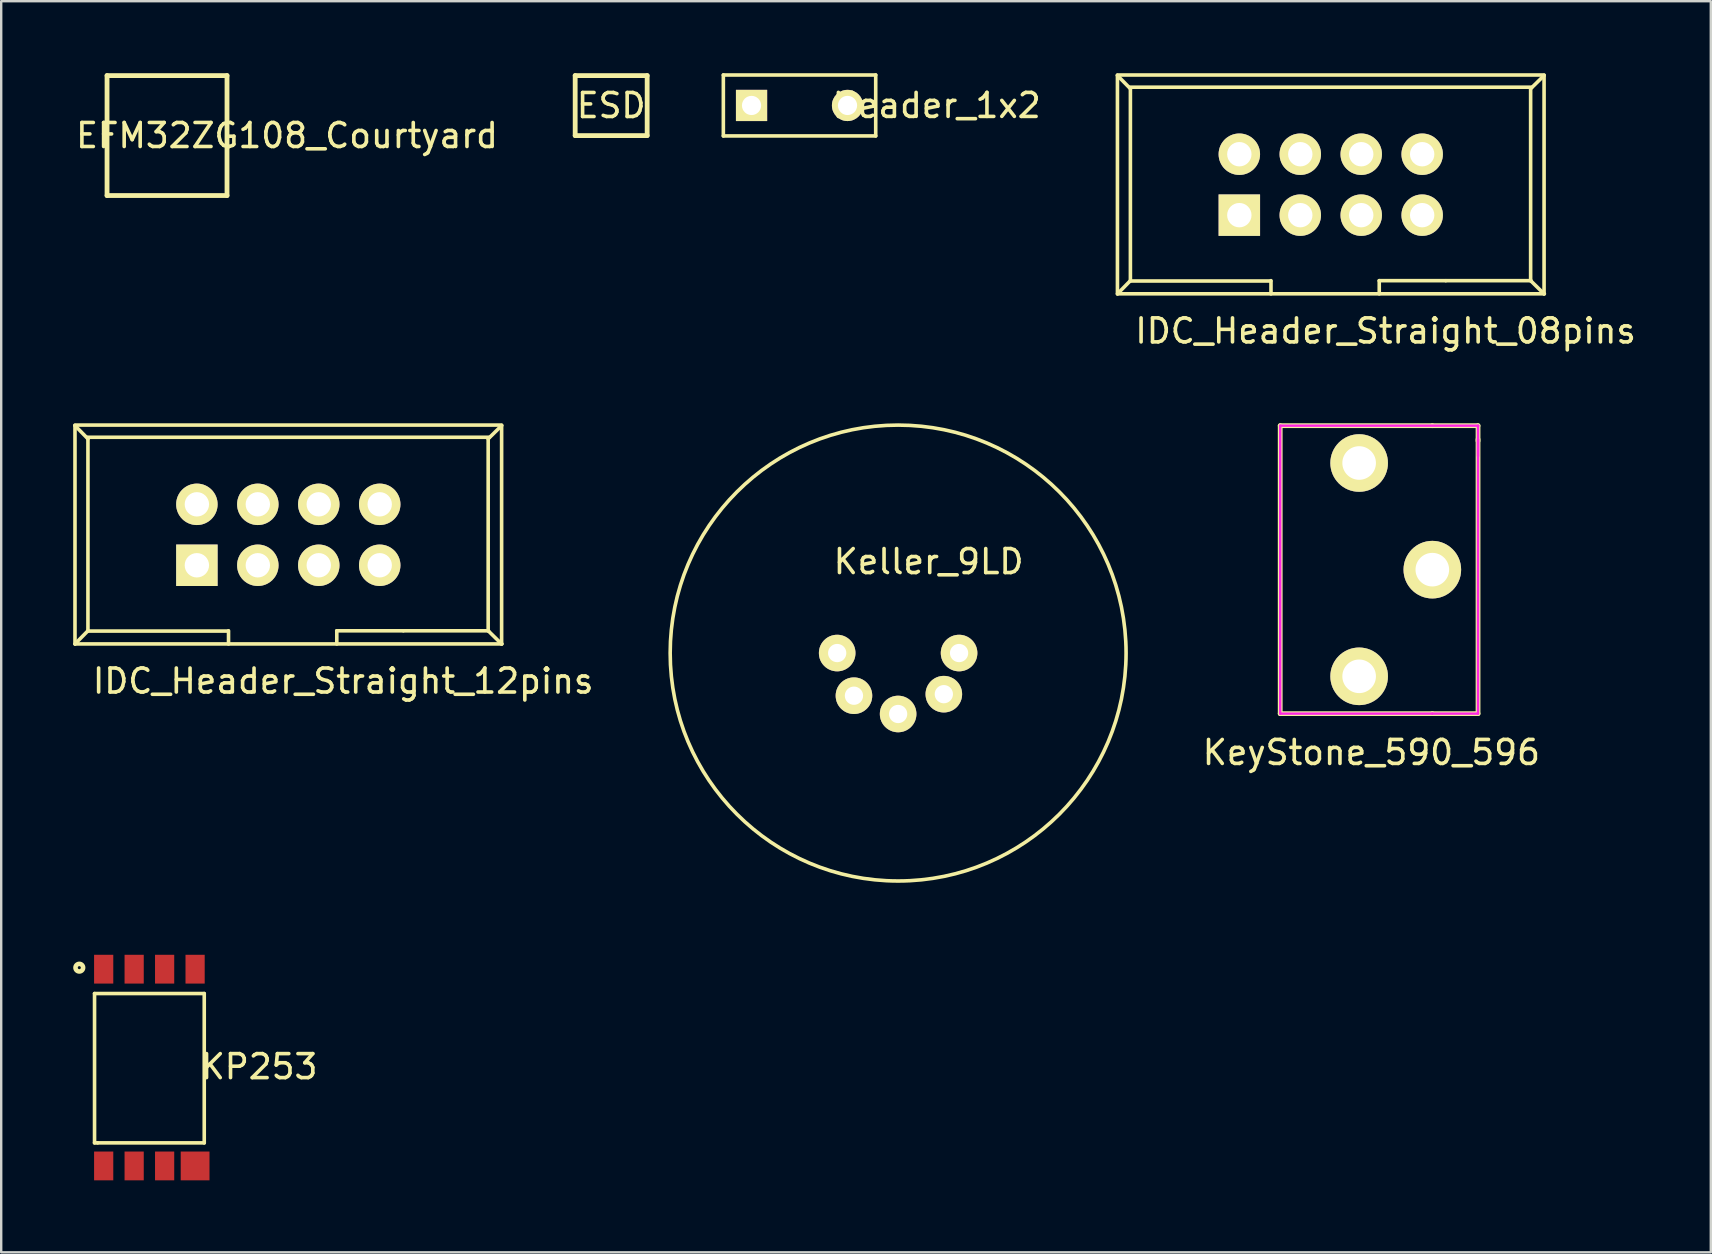
<source format=kicad_pcb>
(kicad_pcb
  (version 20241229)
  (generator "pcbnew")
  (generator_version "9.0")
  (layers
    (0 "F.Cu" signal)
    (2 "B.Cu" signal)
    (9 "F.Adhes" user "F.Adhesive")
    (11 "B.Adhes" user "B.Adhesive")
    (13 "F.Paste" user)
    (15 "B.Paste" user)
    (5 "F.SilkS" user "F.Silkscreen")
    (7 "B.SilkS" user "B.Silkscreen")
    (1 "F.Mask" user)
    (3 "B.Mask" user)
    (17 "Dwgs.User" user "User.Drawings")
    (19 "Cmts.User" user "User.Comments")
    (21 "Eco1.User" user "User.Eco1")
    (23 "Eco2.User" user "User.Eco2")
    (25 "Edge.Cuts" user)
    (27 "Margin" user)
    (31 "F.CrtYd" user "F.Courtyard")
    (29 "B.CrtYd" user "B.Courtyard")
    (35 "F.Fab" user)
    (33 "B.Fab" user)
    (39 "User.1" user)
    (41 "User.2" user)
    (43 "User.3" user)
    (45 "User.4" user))
  (footprint "KP253"
    (layer "F.Cu")
    (at 3.176 41.441)
    (property "Reference" "KP253" (at 4.572 -0.036 0) (layer "F.SilkS") (effects (font (size 1 1) (thickness 0.15))))
    (attr through_hole)
    (fp_line (start -2.286 -3.084) (end 2.286 -3.084) (stroke (width 0.15) (type solid)) (layer "F.SilkS"))
    (fp_line (start -2.286 3.139) (end -2.286 -3.084) (stroke (width 0.15) (type solid)) (layer "F.SilkS"))
    (fp_line (start -2.159 3.139) (end -2.286 3.139) (stroke (width 0.15) (type solid)) (layer "F.SilkS"))
    (fp_line (start 2.286 -3.084) (end 2.286 3.139) (stroke (width 0.15) (type solid)) (layer "F.SilkS"))
    (fp_line (start 2.286 3.139) (end -2.159 3.139) (stroke (width 0.15) (type solid)) (layer "F.SilkS"))
    (fp_circle (center -2.921 -4.163) (end -2.857 -4.163) (stroke (width 0.15) (type solid)) (fill no) (layer "F.SilkS"))
    (fp_circle (center -2.921 -4.163) (end -2.794 -4.037) (stroke (width 0.15) (type solid)) (fill no) (layer "F.SilkS"))
    (pad "1" smd rect (at -1.905 -4.1) (size 0.8 1.2) (layers "F.Cu" "F.Mask" "F.Paste"))
    (pad "2" smd rect (at -0.635 -4.1) (size 0.8 1.2) (layers "F.Cu" "F.Mask" "F.Paste"))
    (pad "3" smd rect (at 0.635 -4.1) (size 0.8 1.2) (layers "F.Cu" "F.Mask" "F.Paste"))
    (pad "4" smd rect (at 1.905 -4.1) (size 0.8 1.2) (layers "F.Cu" "F.Mask" "F.Paste"))
    (pad "5" smd rect (at -1.905 4.1) (size 0.8 1.2) (layers "F.Cu" "F.Mask" "F.Paste"))
    (pad "6" smd rect (at -0.635 4.1) (size 0.8 1.2) (layers "F.Cu" "F.Mask" "F.Paste"))
    (pad "7" smd rect (at 0.635 4.1) (size 0.8 1.2) (layers "F.Cu" "F.Mask" "F.Paste"))
    (pad "8" smd rect (at 1.905 4.1) (size 1.2 1.2) (layers "F.Cu" "F.Mask" "F.Paste")))
  (footprint "EFM32ZG108_Courtyard"
    (layer "F.Cu")
    (at 3.911 2.6)
    (property "Reference" "EFM32ZG108_Courtyard" (at 5 0 0) (layer "F.SilkS") (effects (font (size 1 1) (thickness 0.15))))
    (attr through_hole)
    (fp_line (start -2.5 -2.5) (end 2.5 -2.5) (stroke (width 0.2) (type solid)) (layer "F.SilkS"))
    (fp_line (start -2.5 2.5) (end -2.5 -2.5) (stroke (width 0.2) (type solid)) (layer "F.SilkS"))
    (fp_line (start 2.5 -2.5) (end 2.5 2.5) (stroke (width 0.2) (type solid)) (layer "F.SilkS"))
    (fp_line (start 2.5 2.5) (end -2.5 2.5) (stroke (width 0.2) (type solid)) (layer "F.SilkS")))
  (footprint "IDC_Header_Straight_08pins"
    (placed yes)
    (layer "F.Cu")
    (at 48.6 5.917)
    (property "Reference" "IDC_Header_Straight_08pins" (at 6.096 4.826 0) (layer "F.SilkS") (effects (font (size 1 1) (thickness 0.15))))
    (attr through_hole)
    (fp_line (start -5.08 -5.842) (end 12.7 -5.842) (stroke (width 0.15) (type solid)) (layer "F.SilkS"))
    (fp_line (start -5.08 -5.82) (end -5.08 3.28) (stroke (width 0.15) (type solid)) (layer "F.SilkS"))
    (fp_line (start -5.08 -5.82) (end -4.54 -5.27) (stroke (width 0.15) (type solid)) (layer "F.SilkS"))
    (fp_line (start -5.08 3.28) (end -4.54 2.73) (stroke (width 0.15) (type solid)) (layer "F.SilkS"))
    (fp_line (start -5.067 3.277) (end 12.713 3.277) (stroke (width 0.15) (type solid)) (layer "F.SilkS"))
    (fp_line (start -4.54 -5.27) (end -4.54 2.73) (stroke (width 0.15) (type solid)) (layer "F.SilkS"))
    (fp_line (start 1.308 2.743) (end -4.534 2.743) (stroke (width 0.15) (type solid)) (layer "F.SilkS"))
    (fp_line (start 1.319 2.73) (end 1.319 3.28) (stroke (width 0.15) (type solid)) (layer "F.SilkS"))
    (fp_line (start 5.831 2.73) (end 5.831 3.28) (stroke (width 0.15) (type solid)) (layer "F.SilkS"))
    (fp_line (start 8.598 2.731) (end 5.829 2.731) (stroke (width 0.15) (type solid)) (layer "F.SilkS"))
    (fp_line (start 8.611 2.731) (end 12.154 2.731) (stroke (width 0.15) (type solid)) (layer "F.SilkS"))
    (fp_line (start 12.14 -5.27) (end 12.14 2.73) (stroke (width 0.15) (type solid)) (layer "F.SilkS"))
    (fp_line (start 12.192 -5.334) (end -4.572 -5.334) (stroke (width 0.15) (type solid)) (layer "F.SilkS"))
    (fp_line (start 12.7 -5.82) (end 12.14 -5.27) (stroke (width 0.15) (type solid)) (layer "F.SilkS"))
    (fp_line (start 12.7 -5.82) (end 12.7 3.28) (stroke (width 0.15) (type solid)) (layer "F.SilkS"))
    (fp_line (start 12.7 3.28) (end 12.14 2.73) (stroke (width 0.15) (type solid)) (layer "F.SilkS"))
    (pad "1" thru_hole rect (at 0 0) (size 1.727 1.727) (drill 1.016) (layers "*.Cu" "*.Mask" "F.SilkS"))
    (pad "2" thru_hole oval (at 0 -2.54) (size 1.727 1.727) (drill 1.016) (layers "*.Cu" "*.Mask" "F.SilkS"))
    (pad "3" thru_hole oval (at 2.54 0) (size 1.727 1.727) (drill 1.016) (layers "*.Cu" "*.Mask" "F.SilkS"))
    (pad "4" thru_hole oval (at 2.54 -2.54) (size 1.727 1.727) (drill 1.016) (layers "*.Cu" "*.Mask" "F.SilkS"))
    (pad "5" thru_hole oval (at 5.08 0) (size 1.727 1.727) (drill 1.016) (layers "*.Cu" "*.Mask" "F.SilkS"))
    (pad "6" thru_hole oval (at 5.08 -2.54) (size 1.727 1.727) (drill 1.016) (layers "*.Cu" "*.Mask" "F.SilkS"))
    (pad "7" thru_hole oval (at 7.62 0) (size 1.727 1.727) (drill 1.016) (layers "*.Cu" "*.Mask" "F.SilkS"))
    (pad "8" thru_hole oval (at 7.62 -2.54) (size 1.727 1.727) (drill 1.016) (layers "*.Cu" "*.Mask" "F.SilkS")))
  (footprint "Keller_9LD"
    (layer "F.Cu")
    (at 34.38 24.166)
    (property "Reference" "Keller_9LD" (at 1.27 -3.81 0) (layer "F.SilkS") (effects (font (size 1 1) (thickness 0.15))))
    (attr through_hole)
    (fp_circle (center 0 0) (end 9.5 0) (stroke (width 0.15) (type solid)) (fill no) (layer "F.SilkS"))
    (pad "1" thru_hole circle (at 0 2.54) (size 1.524 1.524) (drill 0.762) (layers "*.Cu" "*.Mask" "F.SilkS"))
    (pad "2" thru_hole circle (at 2.54 0) (size 1.524 1.524) (drill 0.762) (layers "*.Cu" "*.Mask" "F.SilkS"))
    (pad "3" thru_hole circle (at 1.905 1.714) (size 1.524 1.524) (drill 0.762) (layers "*.Cu" "*.Mask" "F.SilkS"))
    (pad "4" thru_hole circle (at -1.841 1.778) (size 1.524 1.524) (drill 0.762) (layers "*.Cu" "*.Mask" "F.SilkS"))
    (pad "5" thru_hole circle (at -2.54 0) (size 1.524 1.524) (drill 0.762) (layers "*.Cu" "*.Mask" "F.SilkS")))
  (footprint "ESD"
    (layer "F.Cu")
    (at 22.421 1.35)
    (property "Reference" "ESD" (at 0 0 0) (layer "F.SilkS") (effects (font (size 1 1) (thickness 0.15))))
    (attr through_hole)
    (fp_line (start -1.5 -1.25) (end 1.5 -1.25) (stroke (width 0.2) (type solid)) (layer "F.SilkS"))
    (fp_line (start -1.5 1.25) (end -1.5 -1.25) (stroke (width 0.2) (type solid)) (layer "F.SilkS"))
    (fp_line (start 1.5 -1.25) (end 1.5 1.25) (stroke (width 0.2) (type solid)) (layer "F.SilkS"))
    (fp_line (start 1.5 1.25) (end -1.5 1.25) (stroke (width 0.2) (type solid)) (layer "F.SilkS")))
  (footprint "Header_1x2"
    (layer "F.Cu")
    (at 30.271 1.345)
    (property "Reference" "Header_1x2" (at 5.715 0 0) (layer "F.SilkS") (effects (font (size 1 1) (thickness 0.15))))
    (attr through_hole)
    (fp_line (start -3.175 -1.27) (end 3.175 -1.27) (stroke (width 0.15) (type solid)) (layer "F.SilkS"))
    (fp_line (start -3.175 1.27) (end -3.175 -1.27) (stroke (width 0.15) (type solid)) (layer "F.SilkS"))
    (fp_line (start 3.175 -1.27) (end 3.175 1.27) (stroke (width 0.15) (type solid)) (layer "F.SilkS"))
    (fp_line (start 3.175 1.27) (end -3.175 1.27) (stroke (width 0.15) (type solid)) (layer "F.SilkS"))
    (pad "1" thru_hole rect (at -2 0) (size 1.3 1.3) (drill 0.8) (layers "*.Cu" "*.Mask" "F.SilkS"))
    (pad "2" thru_hole circle (at 2 0) (size 1.3 1.3) (drill 0.8) (layers "*.Cu" "*.Mask" "F.SilkS")))
  (footprint "KeyStone_590_596"
    (layer "F.Cu")
    (at 56.643 20.691)
    (property "Reference" "KeyStone_590_596" (at -2.54 7.62 0) (layer "F.SilkS") (effects (font (size 1 1) (thickness 0.15))))
    (attr through_hole)
    (fp_line (start -6.34 -6) (end -6.34 6) (stroke (width 0.2) (type solid)) (layer "F.SilkS"))
    (fp_line (start -6.34 -6) (end 0 -6) (stroke (width 0.2) (type solid)) (layer "F.SilkS"))
    (fp_line (start -6.34 6) (end 0 6) (stroke (width 0.2) (type solid)) (layer "F.SilkS"))
    (fp_line (start 0 -6) (end 1.905 -6) (stroke (width 0.2) (type solid)) (layer "F.SilkS"))
    (fp_line (start 0 6) (end 1.905 6) (stroke (width 0.2) (type solid)) (layer "F.SilkS"))
    (fp_line (start 1.905 -6) (end 1.905 -5.365) (stroke (width 0.2) (type solid)) (layer "F.SilkS"))
    (fp_line (start 1.905 6) (end 1.905 -5.43) (stroke (width 0.2) (type solid)) (layer "F.SilkS"))
    (fp_line (start -6.34 -6) (end -6.34 6) (stroke (width 0.1) (type solid)) (layer "F.CrtYd"))
    (fp_line (start -6.34 -6) (end 1.915 -6) (stroke (width 0.1) (type solid)) (layer "F.CrtYd"))
    (fp_line (start -6.34 6) (end 0 6) (stroke (width 0.1) (type solid)) (layer "F.CrtYd"))
    (fp_line (start 0 6) (end 1.905 6) (stroke (width 0.1) (type solid)) (layer "F.CrtYd"))
    (fp_line (start 1.905 -6) (end 1.905 -4.73) (stroke (width 0.1) (type solid)) (layer "F.CrtYd"))
    (fp_line (start 1.905 6) (end 1.905 -5.43) (stroke (width 0.1) (type solid)) (layer "F.CrtYd"))
    (pad "1" thru_hole circle (at 0 0) (size 2.4 2.4) (drill 1.4) (layers "*.Cu" "*.Mask" "F.SilkS"))
    (pad "2" thru_hole circle (at -3.05 -4.445) (size 2.4 2.4) (drill 1.4) (layers "*.Cu" "*.Mask" "F.SilkS"))
    (pad "3" thru_hole circle (at -3.05 4.445) (size 2.4 2.4) (drill 1.4) (layers "*.Cu" "*.Mask" "F.SilkS")))
  (footprint "IDC_Header_Straight_12pins"
    (placed yes)
    (layer "F.Cu")
    (at 5.155 20.508)
    (property "Reference" "IDC_Header_Straight_12pins" (at 6.096 4.826 0) (layer "F.SilkS") (effects (font (size 1 1) (thickness 0.15))))
    (attr through_hole)
    (fp_line (start -5.08 -5.842) (end 12.7 -5.842) (stroke (width 0.15) (type solid)) (layer "F.SilkS"))
    (fp_line (start -5.08 -5.82) (end -5.08 3.28) (stroke (width 0.15) (type solid)) (layer "F.SilkS"))
    (fp_line (start -5.08 -5.82) (end -4.54 -5.27) (stroke (width 0.15) (type solid)) (layer "F.SilkS"))
    (fp_line (start -5.08 3.28) (end -4.54 2.73) (stroke (width 0.15) (type solid)) (layer "F.SilkS"))
    (fp_line (start -5.067 3.277) (end 12.713 3.277) (stroke (width 0.15) (type solid)) (layer "F.SilkS"))
    (fp_line (start -4.54 -5.27) (end -4.54 2.73) (stroke (width 0.15) (type solid)) (layer "F.SilkS"))
    (fp_line (start 1.308 2.743) (end -4.534 2.743) (stroke (width 0.15) (type solid)) (layer "F.SilkS"))
    (fp_line (start 1.319 2.73) (end 1.319 3.28) (stroke (width 0.15) (type solid)) (layer "F.SilkS"))
    (fp_line (start 5.831 2.73) (end 5.831 3.28) (stroke (width 0.15) (type solid)) (layer "F.SilkS"))
    (fp_line (start 8.598 2.731) (end 5.829 2.731) (stroke (width 0.15) (type solid)) (layer "F.SilkS"))
    (fp_line (start 8.611 2.731) (end 12.154 2.731) (stroke (width 0.15) (type solid)) (layer "F.SilkS"))
    (fp_line (start 12.14 -5.27) (end 12.14 2.73) (stroke (width 0.15) (type solid)) (layer "F.SilkS"))
    (fp_line (start 12.192 -5.334) (end -4.572 -5.334) (stroke (width 0.15) (type solid)) (layer "F.SilkS"))
    (fp_line (start 12.7 -5.82) (end 12.14 -5.27) (stroke (width 0.15) (type solid)) (layer "F.SilkS"))
    (fp_line (start 12.7 -5.82) (end 12.7 3.28) (stroke (width 0.15) (type solid)) (layer "F.SilkS"))
    (fp_line (start 12.7 3.28) (end 12.14 2.73) (stroke (width 0.15) (type solid)) (layer "F.SilkS"))
    (pad "1" thru_hole rect (at 0 0) (size 1.727 1.727) (drill 1.016) (layers "*.Cu" "*.Mask" "F.SilkS"))
    (pad "2" thru_hole oval (at 0 -2.54) (size 1.727 1.727) (drill 1.016) (layers "*.Cu" "*.Mask" "F.SilkS"))
    (pad "3" thru_hole oval (at 2.54 0) (size 1.727 1.727) (drill 1.016) (layers "*.Cu" "*.Mask" "F.SilkS"))
    (pad "4" thru_hole oval (at 2.54 -2.54) (size 1.727 1.727) (drill 1.016) (layers "*.Cu" "*.Mask" "F.SilkS"))
    (pad "5" thru_hole oval (at 5.08 0) (size 1.727 1.727) (drill 1.016) (layers "*.Cu" "*.Mask" "F.SilkS"))
    (pad "6" thru_hole oval (at 5.08 -2.54) (size 1.727 1.727) (drill 1.016) (layers "*.Cu" "*.Mask" "F.SilkS"))
    (pad "7" thru_hole oval (at 7.62 0) (size 1.727 1.727) (drill 1.016) (layers "*.Cu" "*.Mask" "F.SilkS"))
    (pad "8" thru_hole oval (at 7.62 -2.54) (size 1.727 1.727) (drill 1.016) (layers "*.Cu" "*.Mask" "F.SilkS")))
  (gr_rect
    (start -3 -3)
    (end 68.249 49.141)
    (stroke (width 0.1) (type default))
    (fill no)
    (layer "Edge.Cuts")))
</source>
